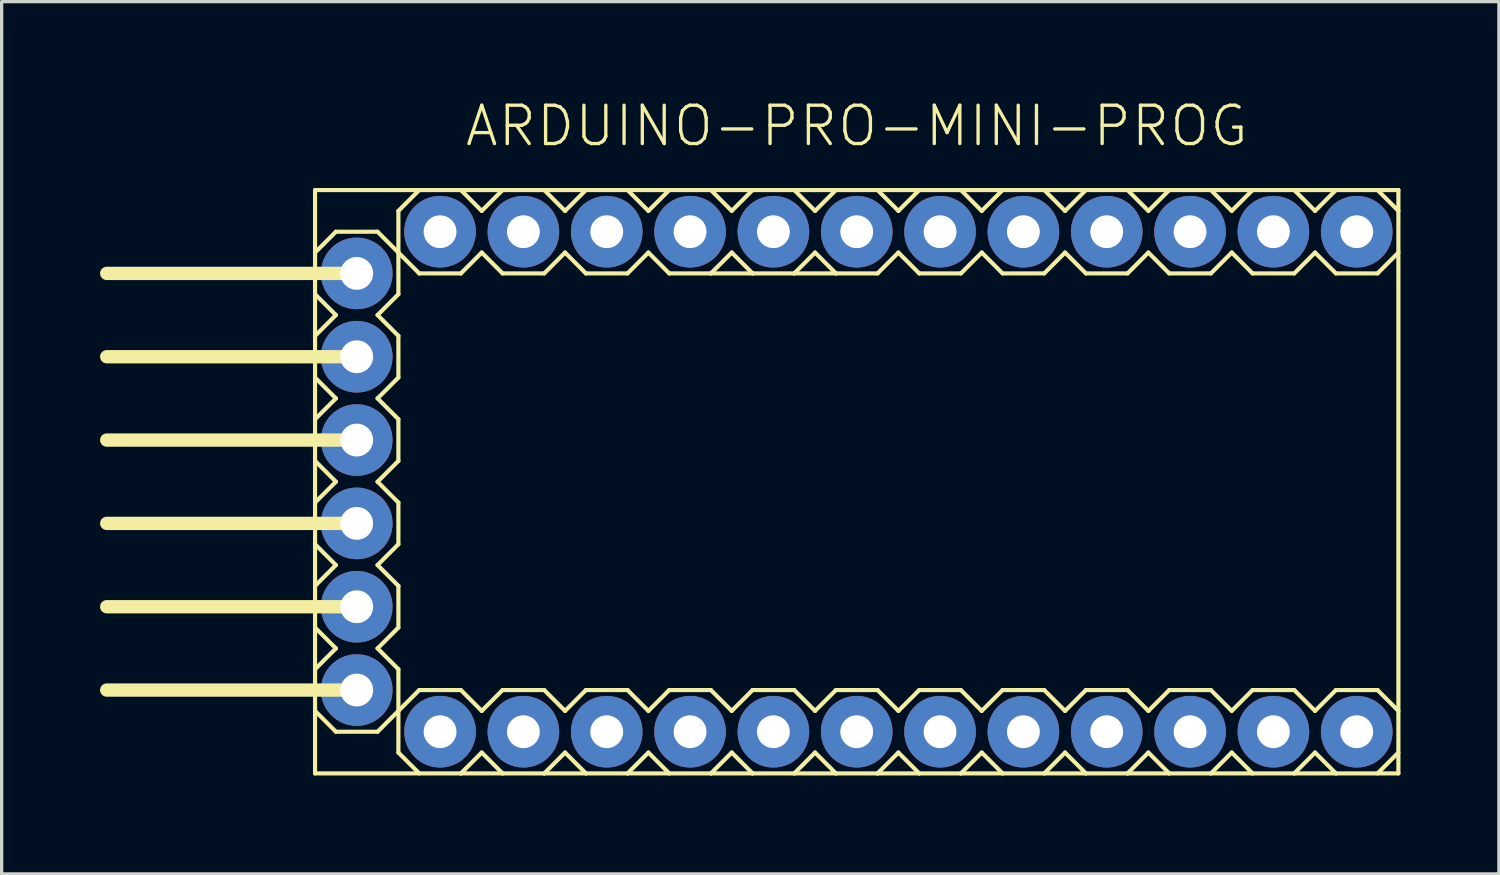
<source format=kicad_pcb>
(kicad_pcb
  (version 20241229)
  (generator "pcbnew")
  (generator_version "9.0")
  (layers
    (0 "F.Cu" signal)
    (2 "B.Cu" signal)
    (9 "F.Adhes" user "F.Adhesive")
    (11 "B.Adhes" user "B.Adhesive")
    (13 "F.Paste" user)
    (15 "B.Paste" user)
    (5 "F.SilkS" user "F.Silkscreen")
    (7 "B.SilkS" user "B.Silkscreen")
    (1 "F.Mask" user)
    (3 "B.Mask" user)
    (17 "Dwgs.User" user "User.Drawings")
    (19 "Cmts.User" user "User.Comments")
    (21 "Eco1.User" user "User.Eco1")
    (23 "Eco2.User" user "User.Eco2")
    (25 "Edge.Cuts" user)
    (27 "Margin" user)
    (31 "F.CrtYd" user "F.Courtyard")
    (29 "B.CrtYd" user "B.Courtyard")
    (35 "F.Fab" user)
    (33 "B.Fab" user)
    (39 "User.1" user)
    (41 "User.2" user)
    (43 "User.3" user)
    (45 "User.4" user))
  (footprint "ARDUINO-PRO-MINI-PROG"
    (layer "F.Cu")
    (at 19.253 11.633)
    (property "Reference" "ARDUINO-PRO-MINI-PROG" (at 3.81 -10.16 0) (layer "F.SilkS") (effects (font (size 1.168 1.168) (thickness 0.102)) (justify bottom)))
    (fp_line (start -12.7 -8.89) (end -12.7 8.89) (stroke (width 0.127) (type solid)) (layer "F.SilkS"))
    (fp_line (start -12.7 -5.715) (end -12.065 -5.08) (stroke (width 0.127) (type solid)) (layer "F.SilkS"))
    (fp_line (start -12.7 -3.175) (end -12.065 -2.54) (stroke (width 0.127) (type solid)) (layer "F.SilkS"))
    (fp_line (start -12.7 -0.635) (end -12.065 0) (stroke (width 0.127) (type solid)) (layer "F.SilkS"))
    (fp_line (start -12.7 1.905) (end -12.065 2.54) (stroke (width 0.127) (type solid)) (layer "F.SilkS"))
    (fp_line (start -12.7 4.445) (end -12.065 5.08) (stroke (width 0.127) (type solid)) (layer "F.SilkS"))
    (fp_line (start -12.7 6.985) (end -12.065 7.62) (stroke (width 0.127) (type solid)) (layer "F.SilkS"))
    (fp_line (start -12.7 8.89) (end -8.255 8.89) (stroke (width 0.127) (type solid)) (layer "F.SilkS"))
    (fp_line (start -12.065 -7.62) (end -12.7 -6.985) (stroke (width 0.127) (type solid)) (layer "F.SilkS"))
    (fp_line (start -12.065 -5.08) (end -12.7 -4.445) (stroke (width 0.127) (type solid)) (layer "F.SilkS"))
    (fp_line (start -12.065 -2.54) (end -12.7 -1.905) (stroke (width 0.127) (type solid)) (layer "F.SilkS"))
    (fp_line (start -12.065 0) (end -12.7 0.635) (stroke (width 0.127) (type solid)) (layer "F.SilkS"))
    (fp_line (start -12.065 2.54) (end -12.7 3.175) (stroke (width 0.127) (type solid)) (layer "F.SilkS"))
    (fp_line (start -12.065 5.08) (end -12.7 5.715) (stroke (width 0.127) (type solid)) (layer "F.SilkS"))
    (fp_line (start -12.065 7.62) (end -10.795 7.62) (stroke (width 0.127) (type solid)) (layer "F.SilkS"))
    (fp_line (start -11.43 -6.35) (end -19.05 -6.35) (stroke (width 0.406) (type solid)) (layer "F.SilkS"))
    (fp_line (start -11.43 -3.81) (end -19.05 -3.81) (stroke (width 0.406) (type solid)) (layer "F.SilkS"))
    (fp_line (start -11.43 -1.27) (end -19.05 -1.27) (stroke (width 0.406) (type solid)) (layer "F.SilkS"))
    (fp_line (start -11.43 1.27) (end -19.05 1.27) (stroke (width 0.406) (type solid)) (layer "F.SilkS"))
    (fp_line (start -11.43 3.81) (end -19.05 3.81) (stroke (width 0.406) (type solid)) (layer "F.SilkS"))
    (fp_line (start -11.43 6.35) (end -19.05 6.35) (stroke (width 0.406) (type solid)) (layer "F.SilkS"))
    (fp_line (start -10.795 -7.62) (end -12.065 -7.62) (stroke (width 0.127) (type solid)) (layer "F.SilkS"))
    (fp_line (start -10.795 -5.08) (end -10.16 -5.715) (stroke (width 0.127) (type solid)) (layer "F.SilkS"))
    (fp_line (start -10.795 -2.54) (end -10.16 -3.175) (stroke (width 0.127) (type solid)) (layer "F.SilkS"))
    (fp_line (start -10.795 0) (end -10.16 -0.635) (stroke (width 0.127) (type solid)) (layer "F.SilkS"))
    (fp_line (start -10.795 2.54) (end -10.16 1.905) (stroke (width 0.127) (type solid)) (layer "F.SilkS"))
    (fp_line (start -10.795 5.08) (end -10.16 4.445) (stroke (width 0.127) (type solid)) (layer "F.SilkS"))
    (fp_line (start -10.795 7.62) (end -10.16 6.985) (stroke (width 0.127) (type solid)) (layer "F.SilkS"))
    (fp_line (start -10.16 -8.255) (end -10.16 -6.985) (stroke (width 0.127) (type solid)) (layer "F.SilkS"))
    (fp_line (start -10.16 -6.985) (end -10.795 -7.62) (stroke (width 0.127) (type solid)) (layer "F.SilkS"))
    (fp_line (start -10.16 -6.985) (end -9.525 -6.35) (stroke (width 0.127) (type solid)) (layer "F.SilkS"))
    (fp_line (start -10.16 -5.715) (end -10.16 -6.985) (stroke (width 0.127) (type solid)) (layer "F.SilkS"))
    (fp_line (start -10.16 -4.445) (end -10.795 -5.08) (stroke (width 0.127) (type solid)) (layer "F.SilkS"))
    (fp_line (start -10.16 -3.175) (end -10.16 -4.445) (stroke (width 0.127) (type solid)) (layer "F.SilkS"))
    (fp_line (start -10.16 -1.905) (end -10.795 -2.54) (stroke (width 0.127) (type solid)) (layer "F.SilkS"))
    (fp_line (start -10.16 -0.635) (end -10.16 -1.905) (stroke (width 0.127) (type solid)) (layer "F.SilkS"))
    (fp_line (start -10.16 0.635) (end -10.795 0) (stroke (width 0.127) (type solid)) (layer "F.SilkS"))
    (fp_line (start -10.16 1.905) (end -10.16 0.635) (stroke (width 0.127) (type solid)) (layer "F.SilkS"))
    (fp_line (start -10.16 3.175) (end -10.795 2.54) (stroke (width 0.127) (type solid)) (layer "F.SilkS"))
    (fp_line (start -10.16 4.445) (end -10.16 3.175) (stroke (width 0.127) (type solid)) (layer "F.SilkS"))
    (fp_line (start -10.16 5.715) (end -10.795 5.08) (stroke (width 0.127) (type solid)) (layer "F.SilkS"))
    (fp_line (start -10.16 6.985) (end -10.16 5.715) (stroke (width 0.127) (type solid)) (layer "F.SilkS"))
    (fp_line (start -10.16 6.985) (end -10.16 8.255) (stroke (width 0.127) (type solid)) (layer "F.SilkS"))
    (fp_line (start -9.525 -8.89) (end -10.16 -8.255) (stroke (width 0.127) (type solid)) (layer "F.SilkS"))
    (fp_line (start -9.525 -6.35) (end -8.255 -6.35) (stroke (width 0.127) (type solid)) (layer "F.SilkS"))
    (fp_line (start -9.525 6.35) (end -10.16 6.985) (stroke (width 0.127) (type solid)) (layer "F.SilkS"))
    (fp_line (start -9.525 6.35) (end -8.255 6.35) (stroke (width 0.127) (type solid)) (layer "F.SilkS"))
    (fp_line (start -9.525 8.89) (end -10.16 8.255) (stroke (width 0.127) (type solid)) (layer "F.SilkS"))
    (fp_line (start -8.255 -6.35) (end -7.62 -6.985) (stroke (width 0.127) (type solid)) (layer "F.SilkS"))
    (fp_line (start -8.255 6.35) (end -7.62 6.985) (stroke (width 0.127) (type solid)) (layer "F.SilkS"))
    (fp_line (start -8.255 8.89) (end -7.62 8.255) (stroke (width 0.127) (type solid)) (layer "F.SilkS"))
    (fp_line (start -8.255 8.89) (end -6.985 8.89) (stroke (width 0.127) (type solid)) (layer "F.SilkS"))
    (fp_line (start -7.62 -8.255) (end -8.255 -8.89) (stroke (width 0.127) (type solid)) (layer "F.SilkS"))
    (fp_line (start -7.62 -6.985) (end -6.985 -6.35) (stroke (width 0.127) (type solid)) (layer "F.SilkS"))
    (fp_line (start -7.62 6.985) (end -6.985 6.35) (stroke (width 0.127) (type solid)) (layer "F.SilkS"))
    (fp_line (start -7.62 8.255) (end -6.985 8.89) (stroke (width 0.127) (type solid)) (layer "F.SilkS"))
    (fp_line (start -6.985 -8.89) (end -7.62 -8.255) (stroke (width 0.127) (type solid)) (layer "F.SilkS"))
    (fp_line (start -6.985 -6.35) (end -5.715 -6.35) (stroke (width 0.127) (type solid)) (layer "F.SilkS"))
    (fp_line (start -6.985 6.35) (end -5.715 6.35) (stroke (width 0.127) (type solid)) (layer "F.SilkS"))
    (fp_line (start -6.985 8.89) (end -5.715 8.89) (stroke (width 0.127) (type solid)) (layer "F.SilkS"))
    (fp_line (start -5.715 -6.35) (end -5.08 -6.985) (stroke (width 0.127) (type solid)) (layer "F.SilkS"))
    (fp_line (start -5.715 6.35) (end -5.08 6.985) (stroke (width 0.127) (type solid)) (layer "F.SilkS"))
    (fp_line (start -5.715 8.89) (end -5.08 8.255) (stroke (width 0.127) (type solid)) (layer "F.SilkS"))
    (fp_line (start -5.715 8.89) (end -4.445 8.89) (stroke (width 0.127) (type solid)) (layer "F.SilkS"))
    (fp_line (start -5.08 -8.255) (end -5.715 -8.89) (stroke (width 0.127) (type solid)) (layer "F.SilkS"))
    (fp_line (start -5.08 -6.985) (end -4.445 -6.35) (stroke (width 0.127) (type solid)) (layer "F.SilkS"))
    (fp_line (start -5.08 6.985) (end -4.445 6.35) (stroke (width 0.127) (type solid)) (layer "F.SilkS"))
    (fp_line (start -5.08 8.255) (end -4.445 8.89) (stroke (width 0.127) (type solid)) (layer "F.SilkS"))
    (fp_line (start -4.445 -8.89) (end -5.08 -8.255) (stroke (width 0.127) (type solid)) (layer "F.SilkS"))
    (fp_line (start -4.445 -6.35) (end -3.175 -6.35) (stroke (width 0.127) (type solid)) (layer "F.SilkS"))
    (fp_line (start -4.445 6.35) (end -3.175 6.35) (stroke (width 0.127) (type solid)) (layer "F.SilkS"))
    (fp_line (start -4.445 8.89) (end -3.175 8.89) (stroke (width 0.127) (type solid)) (layer "F.SilkS"))
    (fp_line (start -3.175 -8.89) (end -12.7 -8.89) (stroke (width 0.127) (type solid)) (layer "F.SilkS"))
    (fp_line (start -3.175 -6.35) (end -2.54 -6.985) (stroke (width 0.127) (type solid)) (layer "F.SilkS"))
    (fp_line (start -3.175 6.35) (end -2.54 6.985) (stroke (width 0.127) (type solid)) (layer "F.SilkS"))
    (fp_line (start -3.175 8.89) (end -2.54 8.255) (stroke (width 0.127) (type solid)) (layer "F.SilkS"))
    (fp_line (start -3.175 8.89) (end -1.905 8.89) (stroke (width 0.127) (type solid)) (layer "F.SilkS"))
    (fp_line (start -2.54 -8.255) (end -3.175 -8.89) (stroke (width 0.127) (type solid)) (layer "F.SilkS"))
    (fp_line (start -2.54 -6.985) (end -1.905 -6.35) (stroke (width 0.127) (type solid)) (layer "F.SilkS"))
    (fp_line (start -2.54 6.985) (end -1.905 6.35) (stroke (width 0.127) (type solid)) (layer "F.SilkS"))
    (fp_line (start -2.54 8.255) (end -1.905 8.89) (stroke (width 0.127) (type solid)) (layer "F.SilkS"))
    (fp_line (start -1.905 -8.89) (end -2.54 -8.255) (stroke (width 0.127) (type solid)) (layer "F.SilkS"))
    (fp_line (start -1.905 -6.35) (end -0.635 -6.35) (stroke (width 0.127) (type solid)) (layer "F.SilkS"))
    (fp_line (start -1.905 6.35) (end -0.635 6.35) (stroke (width 0.127) (type solid)) (layer "F.SilkS"))
    (fp_line (start -1.905 8.89) (end -0.635 8.89) (stroke (width 0.127) (type solid)) (layer "F.SilkS"))
    (fp_line (start -0.635 -6.35) (end 0 -6.985) (stroke (width 0.127) (type solid)) (layer "F.SilkS"))
    (fp_line (start -0.635 -6.35) (end 0.635 -6.35) (stroke (width 0.127) (type solid)) (layer "F.SilkS"))
    (fp_line (start -0.635 6.35) (end 0 6.985) (stroke (width 0.127) (type solid)) (layer "F.SilkS"))
    (fp_line (start -0.635 8.89) (end 0 8.255) (stroke (width 0.127) (type solid)) (layer "F.SilkS"))
    (fp_line (start -0.635 8.89) (end 0.635 8.89) (stroke (width 0.127) (type solid)) (layer "F.SilkS"))
    (fp_line (start 0 -8.255) (end -0.635 -8.89) (stroke (width 0.127) (type solid)) (layer "F.SilkS"))
    (fp_line (start 0 -6.985) (end 0.635 -6.35) (stroke (width 0.127) (type solid)) (layer "F.SilkS"))
    (fp_line (start 0 6.985) (end 0.635 6.35) (stroke (width 0.127) (type solid)) (layer "F.SilkS"))
    (fp_line (start 0 8.255) (end 0.635 8.89) (stroke (width 0.127) (type solid)) (layer "F.SilkS"))
    (fp_line (start 0.635 -8.89) (end 0 -8.255) (stroke (width 0.127) (type solid)) (layer "F.SilkS"))
    (fp_line (start 0.635 -6.35) (end 1.905 -6.35) (stroke (width 0.127) (type solid)) (layer "F.SilkS"))
    (fp_line (start 0.635 6.35) (end 1.905 6.35) (stroke (width 0.127) (type solid)) (layer "F.SilkS"))
    (fp_line (start 0.635 8.89) (end 1.905 8.89) (stroke (width 0.127) (type solid)) (layer "F.SilkS"))
    (fp_line (start 1.905 -6.35) (end 2.54 -6.985) (stroke (width 0.127) (type solid)) (layer "F.SilkS"))
    (fp_line (start 1.905 -6.35) (end 3.175 -6.35) (stroke (width 0.127) (type solid)) (layer "F.SilkS"))
    (fp_line (start 1.905 6.35) (end 2.54 6.985) (stroke (width 0.127) (type solid)) (layer "F.SilkS"))
    (fp_line (start 1.905 8.89) (end 2.54 8.255) (stroke (width 0.127) (type solid)) (layer "F.SilkS"))
    (fp_line (start 1.905 8.89) (end 3.175 8.89) (stroke (width 0.127) (type solid)) (layer "F.SilkS"))
    (fp_line (start 2.54 -8.255) (end 1.905 -8.89) (stroke (width 0.127) (type solid)) (layer "F.SilkS"))
    (fp_line (start 2.54 -6.985) (end 3.175 -6.35) (stroke (width 0.127) (type solid)) (layer "F.SilkS"))
    (fp_line (start 2.54 6.985) (end 3.175 6.35) (stroke (width 0.127) (type solid)) (layer "F.SilkS"))
    (fp_line (start 2.54 8.255) (end 3.175 8.89) (stroke (width 0.127) (type solid)) (layer "F.SilkS"))
    (fp_line (start 3.175 -8.89) (end 2.54 -8.255) (stroke (width 0.127) (type solid)) (layer "F.SilkS"))
    (fp_line (start 3.175 -6.35) (end 4.445 -6.35) (stroke (width 0.127) (type solid)) (layer "F.SilkS"))
    (fp_line (start 3.175 6.35) (end 4.445 6.35) (stroke (width 0.127) (type solid)) (layer "F.SilkS"))
    (fp_line (start 3.175 8.89) (end 4.445 8.89) (stroke (width 0.127) (type solid)) (layer "F.SilkS"))
    (fp_line (start 4.445 -6.35) (end 5.08 -6.985) (stroke (width 0.127) (type solid)) (layer "F.SilkS"))
    (fp_line (start 4.445 6.35) (end 5.08 6.985) (stroke (width 0.127) (type solid)) (layer "F.SilkS"))
    (fp_line (start 4.445 8.89) (end 5.08 8.255) (stroke (width 0.127) (type solid)) (layer "F.SilkS"))
    (fp_line (start 4.445 8.89) (end 5.715 8.89) (stroke (width 0.127) (type solid)) (layer "F.SilkS"))
    (fp_line (start 5.08 -8.255) (end 4.445 -8.89) (stroke (width 0.127) (type solid)) (layer "F.SilkS"))
    (fp_line (start 5.08 -6.985) (end 5.715 -6.35) (stroke (width 0.127) (type solid)) (layer "F.SilkS"))
    (fp_line (start 5.08 6.985) (end 5.715 6.35) (stroke (width 0.127) (type solid)) (layer "F.SilkS"))
    (fp_line (start 5.08 8.255) (end 5.715 8.89) (stroke (width 0.127) (type solid)) (layer "F.SilkS"))
    (fp_line (start 5.715 -8.89) (end 5.08 -8.255) (stroke (width 0.127) (type solid)) (layer "F.SilkS"))
    (fp_line (start 5.715 -6.35) (end 6.985 -6.35) (stroke (width 0.127) (type solid)) (layer "F.SilkS"))
    (fp_line (start 5.715 6.35) (end 6.985 6.35) (stroke (width 0.127) (type solid)) (layer "F.SilkS"))
    (fp_line (start 5.715 8.89) (end 6.985 8.89) (stroke (width 0.127) (type solid)) (layer "F.SilkS"))
    (fp_line (start 6.985 -6.35) (end 7.62 -6.985) (stroke (width 0.127) (type solid)) (layer "F.SilkS"))
    (fp_line (start 6.985 6.35) (end 7.62 6.985) (stroke (width 0.127) (type solid)) (layer "F.SilkS"))
    (fp_line (start 6.985 8.89) (end 7.62 8.255) (stroke (width 0.127) (type solid)) (layer "F.SilkS"))
    (fp_line (start 6.985 8.89) (end 8.255 8.89) (stroke (width 0.127) (type solid)) (layer "F.SilkS"))
    (fp_line (start 7.62 -8.255) (end 6.985 -8.89) (stroke (width 0.127) (type solid)) (layer "F.SilkS"))
    (fp_line (start 7.62 -6.985) (end 8.255 -6.35) (stroke (width 0.127) (type solid)) (layer "F.SilkS"))
    (fp_line (start 7.62 6.985) (end 8.255 6.35) (stroke (width 0.127) (type solid)) (layer "F.SilkS"))
    (fp_line (start 7.62 8.255) (end 8.255 8.89) (stroke (width 0.127) (type solid)) (layer "F.SilkS"))
    (fp_line (start 8.255 -8.89) (end 7.62 -8.255) (stroke (width 0.127) (type solid)) (layer "F.SilkS"))
    (fp_line (start 8.255 -6.35) (end 9.525 -6.35) (stroke (width 0.127) (type solid)) (layer "F.SilkS"))
    (fp_line (start 8.255 6.35) (end 9.525 6.35) (stroke (width 0.127) (type solid)) (layer "F.SilkS"))
    (fp_line (start 8.255 8.89) (end 9.525 8.89) (stroke (width 0.127) (type solid)) (layer "F.SilkS"))
    (fp_line (start 9.525 -6.35) (end 10.16 -6.985) (stroke (width 0.127) (type solid)) (layer "F.SilkS"))
    (fp_line (start 9.525 6.35) (end 10.16 6.985) (stroke (width 0.127) (type solid)) (layer "F.SilkS"))
    (fp_line (start 9.525 8.89) (end 10.16 8.255) (stroke (width 0.127) (type solid)) (layer "F.SilkS"))
    (fp_line (start 9.525 8.89) (end 10.795 8.89) (stroke (width 0.127) (type solid)) (layer "F.SilkS"))
    (fp_line (start 10.16 -8.255) (end 9.525 -8.89) (stroke (width 0.127) (type solid)) (layer "F.SilkS"))
    (fp_line (start 10.16 -6.985) (end 10.795 -6.35) (stroke (width 0.127) (type solid)) (layer "F.SilkS"))
    (fp_line (start 10.16 6.985) (end 10.795 6.35) (stroke (width 0.127) (type solid)) (layer "F.SilkS"))
    (fp_line (start 10.16 8.255) (end 10.795 8.89) (stroke (width 0.127) (type solid)) (layer "F.SilkS"))
    (fp_line (start 10.795 -8.89) (end 10.16 -8.255) (stroke (width 0.127) (type solid)) (layer "F.SilkS"))
    (fp_line (start 10.795 -6.35) (end 12.065 -6.35) (stroke (width 0.127) (type solid)) (layer "F.SilkS"))
    (fp_line (start 10.795 6.35) (end 12.065 6.35) (stroke (width 0.127) (type solid)) (layer "F.SilkS"))
    (fp_line (start 10.795 8.89) (end 12.065 8.89) (stroke (width 0.127) (type solid)) (layer "F.SilkS"))
    (fp_line (start 12.065 -6.35) (end 12.7 -6.985) (stroke (width 0.127) (type solid)) (layer "F.SilkS"))
    (fp_line (start 12.065 6.35) (end 12.7 6.985) (stroke (width 0.127) (type solid)) (layer "F.SilkS"))
    (fp_line (start 12.065 8.89) (end 12.7 8.255) (stroke (width 0.127) (type solid)) (layer "F.SilkS"))
    (fp_line (start 12.065 8.89) (end 13.335 8.89) (stroke (width 0.127) (type solid)) (layer "F.SilkS"))
    (fp_line (start 12.7 -8.255) (end 12.065 -8.89) (stroke (width 0.127) (type solid)) (layer "F.SilkS"))
    (fp_line (start 12.7 -8.255) (end 13.335 -8.89) (stroke (width 0.127) (type solid)) (layer "F.SilkS"))
    (fp_line (start 12.7 -6.985) (end 13.335 -6.35) (stroke (width 0.127) (type solid)) (layer "F.SilkS"))
    (fp_line (start 12.7 6.985) (end 13.335 6.35) (stroke (width 0.127) (type solid)) (layer "F.SilkS"))
    (fp_line (start 12.7 8.255) (end 13.335 8.89) (stroke (width 0.127) (type solid)) (layer "F.SilkS"))
    (fp_line (start 13.335 -8.89) (end -3.175 -8.89) (stroke (width 0.127) (type solid)) (layer "F.SilkS"))
    (fp_line (start 13.335 -6.35) (end 14.605 -6.35) (stroke (width 0.127) (type solid)) (layer "F.SilkS"))
    (fp_line (start 13.335 6.35) (end 14.605 6.35) (stroke (width 0.127) (type solid)) (layer "F.SilkS"))
    (fp_line (start 13.335 8.89) (end 14.605 8.89) (stroke (width 0.127) (type solid)) (layer "F.SilkS"))
    (fp_line (start 14.605 -6.35) (end 15.24 -6.985) (stroke (width 0.127) (type solid)) (layer "F.SilkS"))
    (fp_line (start 14.605 6.35) (end 15.24 6.985) (stroke (width 0.127) (type solid)) (layer "F.SilkS"))
    (fp_line (start 14.605 8.89) (end 15.24 8.255) (stroke (width 0.127) (type solid)) (layer "F.SilkS"))
    (fp_line (start 14.605 8.89) (end 15.875 8.89) (stroke (width 0.127) (type solid)) (layer "F.SilkS"))
    (fp_line (start 15.24 -8.255) (end 14.605 -8.89) (stroke (width 0.127) (type solid)) (layer "F.SilkS"))
    (fp_line (start 15.24 -6.985) (end 15.875 -6.35) (stroke (width 0.127) (type solid)) (layer "F.SilkS"))
    (fp_line (start 15.24 6.985) (end 15.875 6.35) (stroke (width 0.127) (type solid)) (layer "F.SilkS"))
    (fp_line (start 15.24 8.255) (end 15.875 8.89) (stroke (width 0.127) (type solid)) (layer "F.SilkS"))
    (fp_line (start 15.875 -8.89) (end 15.24 -8.255) (stroke (width 0.127) (type solid)) (layer "F.SilkS"))
    (fp_line (start 15.875 -6.35) (end 17.145 -6.35) (stroke (width 0.127) (type solid)) (layer "F.SilkS"))
    (fp_line (start 15.875 6.35) (end 17.145 6.35) (stroke (width 0.127) (type solid)) (layer "F.SilkS"))
    (fp_line (start 15.875 8.89) (end 17.145 8.89) (stroke (width 0.127) (type solid)) (layer "F.SilkS"))
    (fp_line (start 17.145 -8.89) (end 13.335 -8.89) (stroke (width 0.127) (type solid)) (layer "F.SilkS"))
    (fp_line (start 17.145 -6.35) (end 17.78 -6.985) (stroke (width 0.127) (type solid)) (layer "F.SilkS"))
    (fp_line (start 17.145 6.35) (end 17.78 6.985) (stroke (width 0.127) (type solid)) (layer "F.SilkS"))
    (fp_line (start 17.145 8.89) (end 18.415 8.89) (stroke (width 0.127) (type solid)) (layer "F.SilkS"))
    (fp_line (start 17.78 -8.255) (end 17.145 -8.89) (stroke (width 0.127) (type solid)) (layer "F.SilkS"))
    (fp_line (start 17.78 -6.985) (end 18.415 -6.35) (stroke (width 0.127) (type solid)) (layer "F.SilkS"))
    (fp_line (start 17.78 6.985) (end 18.415 6.35) (stroke (width 0.127) (type solid)) (layer "F.SilkS"))
    (fp_line (start 17.78 8.255) (end 17.145 8.89) (stroke (width 0.127) (type solid)) (layer "F.SilkS"))
    (fp_line (start 18.415 -8.89) (end 17.78 -8.255) (stroke (width 0.127) (type solid)) (layer "F.SilkS"))
    (fp_line (start 18.415 -6.35) (end 19.685 -6.35) (stroke (width 0.127) (type solid)) (layer "F.SilkS"))
    (fp_line (start 18.415 6.35) (end 19.685 6.35) (stroke (width 0.127) (type solid)) (layer "F.SilkS"))
    (fp_line (start 18.415 8.89) (end 17.78 8.255) (stroke (width 0.127) (type solid)) (layer "F.SilkS"))
    (fp_line (start 18.415 8.89) (end 20.32 8.89) (stroke (width 0.127) (type solid)) (layer "F.SilkS"))
    (fp_line (start 19.685 -6.35) (end 20.32 -6.985) (stroke (width 0.127) (type solid)) (layer "F.SilkS"))
    (fp_line (start 19.685 8.89) (end 20.32 8.255) (stroke (width 0.127) (type solid)) (layer "F.SilkS"))
    (fp_line (start 20.32 -8.89) (end 17.145 -8.89) (stroke (width 0.127) (type solid)) (layer "F.SilkS"))
    (fp_line (start 20.32 -8.255) (end 19.685 -8.89) (stroke (width 0.127) (type solid)) (layer "F.SilkS"))
    (fp_line (start 20.32 6.985) (end 19.685 6.35) (stroke (width 0.127) (type solid)) (layer "F.SilkS"))
    (fp_line (start 20.32 8.89) (end 20.32 -8.89) (stroke (width 0.127) (type solid)) (layer "F.SilkS"))
    (pad "A0" thru_hole circle (at 8.89 -7.62) (size 2.184 2.184) (drill 1) (layers "*.Cu" "*.Mask"))
    (pad "A1" thru_hole circle (at 6.35 -7.62) (size 2.184 2.184) (drill 1) (layers "*.Cu" "*.Mask"))
    (pad "A2" thru_hole circle (at 3.81 -7.62) (size 2.184 2.184) (drill 1) (layers "*.Cu" "*.Mask"))
    (pad "A3" thru_hole circle (at 1.27 -7.62) (size 2.184 2.184) (drill 1) (layers "*.Cu" "*.Mask"))
    (pad "D2" thru_hole circle (at 1.27 7.62) (size 2.184 2.184) (drill 1) (layers "*.Cu" "*.Mask"))
    (pad "D3" thru_hole circle (at 3.81 7.62) (size 2.184 2.184) (drill 1) (layers "*.Cu" "*.Mask"))
    (pad "D4" thru_hole circle (at 6.35 7.62) (size 2.184 2.184) (drill 1) (layers "*.Cu" "*.Mask"))
    (pad "D5" thru_hole circle (at 8.89 7.62) (size 2.184 2.184) (drill 1) (layers "*.Cu" "*.Mask"))
    (pad "D6" thru_hole circle (at 11.43 7.62) (size 2.184 2.184) (drill 1) (layers "*.Cu" "*.Mask"))
    (pad "D7" thru_hole circle (at 13.97 7.62) (size 2.184 2.184) (drill 1) (layers "*.Cu" "*.Mask"))
    (pad "D8" thru_hole circle (at 16.51 7.62) (size 2.184 2.184) (drill 1) (layers "*.Cu" "*.Mask"))
    (pad "D9" thru_hole circle (at 19.05 7.62) (size 2.184 2.184) (drill 1) (layers "*.Cu" "*.Mask"))
    (pad "D10" thru_hole circle (at 19.05 -7.62) (size 2.184 2.184) (drill 1) (layers "*.Cu" "*.Mask"))
    (pad "D11" thru_hole circle (at 16.51 -7.62) (size 2.184 2.184) (drill 1) (layers "*.Cu" "*.Mask"))
    (pad "D12" thru_hole circle (at 13.97 -7.62) (size 2.184 2.184) (drill 1) (layers "*.Cu" "*.Mask"))
    (pad "D13" thru_hole circle (at 11.43 -7.62) (size 2.184 2.184) (drill 1) (layers "*.Cu" "*.Mask"))
    (pad "GND@1" thru_hole circle (at -6.35 -7.62) (size 2.184 2.184) (drill 1) (layers "*.Cu" "*.Mask"))
    (pad "GND@2" thru_hole circle (at -1.27 7.62) (size 2.184 2.184) (drill 1) (layers "*.Cu" "*.Mask"))
    (pad "GND@3" thru_hole circle (at -11.43 -3.81) (size 2.184 2.184) (drill 1) (layers "*.Cu" "*.Mask"))
    (pad "P_CTS" thru_hole circle (at -11.43 -6.35) (size 2.184 2.184) (drill 1) (layers "*.Cu" "*.Mask"))
    (pad "P_DTR" thru_hole circle (at -11.43 6.35) (size 2.184 2.184) (drill 1) (layers "*.Cu" "*.Mask"))
    (pad "RAW" thru_hole circle (at -8.89 -7.62) (size 2.184 2.184) (drill 1) (layers "*.Cu" "*.Mask"))
    (pad "RST@1" thru_hole circle (at -3.81 -7.62) (size 2.184 2.184) (drill 1) (layers "*.Cu" "*.Mask"))
    (pad "RST@2" thru_hole circle (at -3.81 7.62) (size 2.184 2.184) (drill 1) (layers "*.Cu" "*.Mask"))
    (pad "RX0@1" thru_hole circle (at -6.35 7.62) (size 2.184 2.184) (drill 1) (layers "*.Cu" "*.Mask"))
    (pad "RX1@2" thru_hole circle (at -11.43 1.27) (size 2.184 2.184) (drill 1) (layers "*.Cu" "*.Mask"))
    (pad "TX0@2" thru_hole circle (at -11.43 3.81) (size 2.184 2.184) (drill 1) (layers "*.Cu" "*.Mask"))
    (pad "TX1@1" thru_hole circle (at -8.89 7.62) (size 2.184 2.184) (drill 1) (layers "*.Cu" "*.Mask"))
    (pad "VCC@1" thru_hole circle (at -1.27 -7.62) (size 2.184 2.184) (drill 1) (layers "*.Cu" "*.Mask"))
    (pad "VCC@2" thru_hole circle (at -11.43 -1.27) (size 2.184 2.184) (drill 1) (layers "*.Cu" "*.Mask")))
  (gr_rect
    (start -3 -3)
    (end 42.637 23.587)
    (stroke (width 0.1) (type default))
    (fill no)
    (layer "Edge.Cuts")))
</source>
